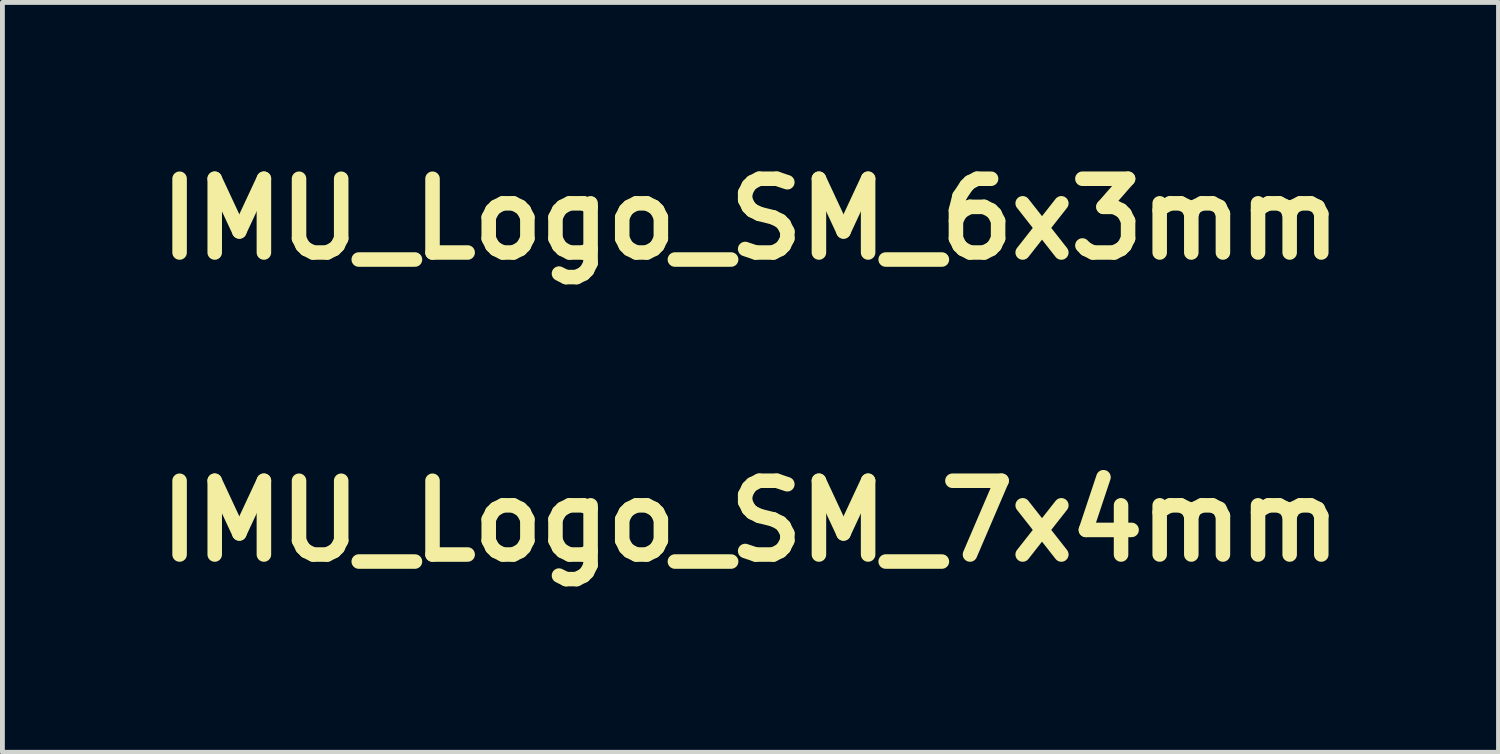
<source format=kicad_pcb>
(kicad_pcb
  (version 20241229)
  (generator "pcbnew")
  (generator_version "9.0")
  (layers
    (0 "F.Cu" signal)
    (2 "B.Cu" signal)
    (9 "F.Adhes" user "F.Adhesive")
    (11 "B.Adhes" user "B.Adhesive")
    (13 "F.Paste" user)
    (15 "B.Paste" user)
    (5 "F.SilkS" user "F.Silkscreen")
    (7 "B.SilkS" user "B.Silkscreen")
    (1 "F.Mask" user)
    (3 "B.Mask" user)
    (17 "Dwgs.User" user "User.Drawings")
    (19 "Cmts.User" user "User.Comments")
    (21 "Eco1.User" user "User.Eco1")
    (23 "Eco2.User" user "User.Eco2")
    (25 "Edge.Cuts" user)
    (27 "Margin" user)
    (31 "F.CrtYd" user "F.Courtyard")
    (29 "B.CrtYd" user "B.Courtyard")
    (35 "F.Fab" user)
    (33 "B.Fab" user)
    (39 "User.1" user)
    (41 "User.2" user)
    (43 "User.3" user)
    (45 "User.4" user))
  (footprint "IMU_Logo_SM_7x4mm"
    (layer "F.Cu")
    (at 12.453 7.716)
    (property "Reference" "IMU_Logo_SM_7x4mm" (at 0 0 0) (layer "F.SilkS") (effects (font (size 1.524 1.524) (thickness 0.3))))
    (attr through_hole)
    (fp_poly (pts (xy 2.811 0.593) (xy 1.744 0.593) (xy 0.677 0.593) (xy 0.677 0.675) (xy 0.664 0.792) (xy 0.627 0.901) (xy 0.576 0.984) (xy 0.547 1.022) (xy 0.546 1.024) (xy 0.546 0.593) (xy 0.254 0.593) (xy 0.254 0.089) (xy 0.251 0.064) (xy 0.243 0.011) (xy 0.232 -0.063) (xy 0.217 -0.155) (xy 0.199 -0.259) (xy 0.18 -0.37) (xy 0.161 -0.483) (xy 0.142 -0.593) (xy 0.124 -0.696) (xy 0.107 -0.785) (xy 0.094 -0.856) (xy 0.084 -0.905) (xy 0.079 -0.925) (xy 0.079 -0.925) (xy 0.072 -0.912) (xy 0.056 -0.87) (xy 0.032 -0.803) (xy 0.001 -0.715) (xy -0.036 -0.61) (xy -0.076 -0.491) (xy -0.104 -0.407) (xy -0.28 0.119) (xy -0.013 0.119) (xy 0.088 0.118) (xy 0.16 0.117) (xy 0.207 0.114) (xy 0.236 0.11) (xy 0.25 0.102) (xy 0.254 0.092) (xy 0.254 0.089) (xy 0.254 0.593) (xy -0.307 0.595) (xy -0.472 0.595) (xy -0.61 0.596) (xy -0.61 0.106) (xy -0.615 0.087) (xy -0.629 0.04) (xy -0.652 -0.031) (xy -0.682 -0.122) (xy -0.718 -0.23) (xy -0.757 -0.35) (xy -0.782 -0.423) (xy -0.83 -0.568) (xy -0.87 -0.683) (xy -0.901 -0.772) (xy -0.925 -0.835) (xy -0.942 -0.877) (xy -0.955 -0.899) (xy -0.963 -0.904) (xy -0.967 -0.897) (xy -0.974 -0.87) (xy -0.985 -0.814) (xy -1 -0.734) (xy -1.017 -0.635) (xy -1.037 -0.522) (xy -1.058 -0.4) (xy -1.059 -0.398) (xy -1.079 -0.276) (xy -1.099 -0.165) (xy -1.116 -0.068) (xy -1.13 0.01) (xy -1.14 0.063) (xy -1.145 0.089) (xy -1.145 0.089) (xy -1.146 0.1) (xy -1.138 0.108) (xy -1.117 0.113) (xy -1.077 0.116) (xy -1.015 0.118) (xy -0.926 0.119) (xy -0.882 0.119) (xy -0.79 0.118) (xy -0.711 0.116) (xy -0.652 0.113) (xy -0.617 0.109) (xy -0.61 0.106) (xy -0.61 0.596) (xy -0.626 0.596) (xy -0.765 0.597) (xy -0.887 0.598) (xy -0.988 0.599) (xy -1.065 0.601) (xy -1.115 0.602) (xy -1.135 0.603) (xy -1.135 0.604) (xy -1.084 0.618) (xy -1.01 0.638) (xy -0.916 0.664) (xy -0.805 0.693) (xy -0.683 0.726) (xy -0.553 0.761) (xy -0.42 0.796) (xy -0.286 0.832) (xy -0.158 0.866) (xy -0.038 0.897) (xy 0.07 0.925) (xy 0.16 0.949) (xy 0.229 0.966) (xy 0.274 0.977) (xy 0.289 0.981) (xy 0.318 0.974) (xy 0.364 0.956) (xy 0.389 0.944) (xy 0.461 0.89) (xy 0.51 0.812) (xy 0.536 0.71) (xy 0.539 0.683) (xy 0.546 0.593) (xy 0.546 1.024) (xy 0.532 1.045) (xy 0.531 1.05) (xy 0.55 1.054) (xy 0.598 1.066) (xy 0.671 1.085) (xy 0.767 1.11) (xy 0.882 1.141) (xy 1.012 1.175) (xy 1.155 1.213) (xy 1.307 1.254) (xy 1.463 1.296) (xy 1.622 1.338) (xy 1.78 1.38) (xy 1.933 1.421) (xy 2.078 1.46) (xy 2.211 1.496) (xy 2.329 1.528) (xy 2.43 1.555) (xy 2.508 1.577) (xy 2.561 1.592) (xy 2.586 1.599) (xy 2.588 1.6) (xy 2.59 1.62) (xy 2.586 1.656) (xy 2.577 1.694) (xy 2.566 1.721) (xy 2.56 1.725) (xy 2.543 1.721) (xy 2.495 1.708) (xy 2.417 1.687) (xy 2.313 1.66) (xy 2.184 1.626) (xy 2.032 1.585) (xy 1.859 1.539) (xy 1.667 1.488) (xy 1.458 1.432) (xy 1.233 1.372) (xy 0.995 1.309) (xy 0.745 1.242) (xy 0.487 1.173) (xy 0.432 1.158) (xy -1.685 0.593) (xy -2.29 0.593) (xy -2.896 0.593) (xy -2.896 0.356) (xy -2.896 0.119) (xy -2.481 0.119) (xy -2.066 0.119) (xy -2.062 -0.746) (xy -2.057 -1.611) (xy -1.892 -1.614) (xy -1.727 -1.617) (xy -1.727 -0.749) (xy -1.727 0.119) (xy -1.6 0.119) (xy -1.539 0.117) (xy -1.495 0.111) (xy -1.474 0.104) (xy -1.473 0.103) (xy -1.47 0.084) (xy -1.462 0.035) (xy -1.45 -0.039) (xy -1.434 -0.135) (xy -1.414 -0.249) (xy -1.393 -0.377) (xy -1.369 -0.514) (xy -1.344 -0.659) (xy -1.319 -0.805) (xy -1.294 -0.95) (xy -1.27 -1.089) (xy -1.247 -1.22) (xy -1.227 -1.337) (xy -1.209 -1.437) (xy -1.195 -1.516) (xy -1.186 -1.57) (xy -1.181 -1.596) (xy -1.18 -1.597) (xy -1.163 -1.604) (xy -1.119 -1.609) (xy -1.056 -1.613) (xy -1.011 -1.614) (xy -0.846 -1.617) (xy -0.648 -1.02) (xy -0.603 -0.885) (xy -0.561 -0.761) (xy -0.523 -0.651) (xy -0.491 -0.559) (xy -0.466 -0.488) (xy -0.449 -0.441) (xy -0.441 -0.424) (xy -0.44 -0.423) (xy -0.433 -0.439) (xy -0.416 -0.483) (xy -0.391 -0.552) (xy -0.359 -0.643) (xy -0.322 -0.751) (xy -0.279 -0.874) (xy -0.234 -1.008) (xy -0.231 -1.015) (xy -0.03 -1.606) (xy 0.131 -1.612) (xy 0.209 -1.613) (xy 0.266 -1.61) (xy 0.295 -1.603) (xy 0.298 -1.6) (xy 0.302 -1.581) (xy 0.311 -1.531) (xy 0.324 -1.454) (xy 0.341 -1.354) (xy 0.362 -1.234) (xy 0.385 -1.097) (xy 0.41 -0.946) (xy 0.438 -0.785) (xy 0.44 -0.77) (xy 0.467 -0.608) (xy 0.493 -0.454) (xy 0.517 -0.313) (xy 0.538 -0.189) (xy 0.556 -0.084) (xy 0.57 -0.002) (xy 0.58 0.054) (xy 0.585 0.08) (xy 0.585 0.08) (xy 0.589 0.095) (xy 0.598 0.105) (xy 0.617 0.112) (xy 0.65 0.116) (xy 0.704 0.118) (xy 0.783 0.118) (xy 0.855 0.119) (xy 1.116 0.119) (xy 1.033 0.041) (xy 0.99 -0.002) (xy 0.955 -0.045) (xy 0.925 -0.093) (xy 0.902 -0.148) (xy 0.883 -0.213) (xy 0.869 -0.293) (xy 0.86 -0.389) (xy 0.853 -0.506) (xy 0.85 -0.647) (xy 0.849 -0.815) (xy 0.85 -1.013) (xy 0.85 -1.038) (xy 0.855 -1.611) (xy 1.019 -1.614) (xy 1.184 -1.617) (xy 1.189 -0.956) (xy 1.19 -0.788) (xy 1.192 -0.65) (xy 1.193 -0.539) (xy 1.195 -0.452) (xy 1.198 -0.386) (xy 1.202 -0.337) (xy 1.206 -0.301) (xy 1.211 -0.277) (xy 1.218 -0.259) (xy 1.224 -0.248) (xy 1.284 -0.185) (xy 1.362 -0.148) (xy 1.449 -0.137) (xy 1.539 -0.154) (xy 1.575 -0.169) (xy 1.606 -0.185) (xy 1.631 -0.202) (xy 1.651 -0.221) (xy 1.667 -0.247) (xy 1.679 -0.283) (xy 1.689 -0.332) (xy 1.695 -0.397) (xy 1.7 -0.482) (xy 1.703 -0.59) (xy 1.705 -0.723) (xy 1.706 -0.886) (xy 1.707 -0.965) (xy 1.712 -1.617) (xy 1.876 -1.614) (xy 2.04 -1.611) (xy 2.04 -0.937) (xy 2.04 -0.753) (xy 2.04 -0.599) (xy 2.038 -0.472) (xy 2.034 -0.368) (xy 2.029 -0.285) (xy 2.02 -0.218) (xy 2.008 -0.165) (xy 1.991 -0.121) (xy 1.971 -0.084) (xy 1.945 -0.049) (xy 1.913 -0.014) (xy 1.881 0.02) (xy 1.785 0.119) (xy 2.298 0.119) (xy 2.811 0.119) (xy 2.811 0.356) (xy 2.811 0.593)) (stroke (width 0.1) (type solid)) (fill yes) (layer "F.Mask")))
  (footprint "IMU_Logo_SM_6x3mm"
    (layer "F.Cu")
    (at 12.453 1.477)
    (property "Reference" "IMU_Logo_SM_6x3mm" (at 0 0 0) (layer "F.SilkS") (effects (font (size 1.524 1.524) (thickness 0.3))))
    (attr through_hole)
    (fp_poly (pts (xy 2.48 0.523) (xy 1.539 0.523) (xy 0.598 0.523) (xy 0.598 0.595) (xy 0.586 0.699) (xy 0.553 0.795) (xy 0.508 0.869) (xy 0.483 0.902) (xy 0.482 0.903) (xy 0.482 0.523) (xy 0.224 0.524) (xy 0.224 0.078) (xy 0.222 0.056) (xy 0.215 0.01) (xy 0.204 -0.056) (xy 0.191 -0.137) (xy 0.176 -0.228) (xy 0.159 -0.326) (xy 0.142 -0.426) (xy 0.125 -0.523) (xy 0.109 -0.614) (xy 0.095 -0.693) (xy 0.083 -0.756) (xy 0.075 -0.798) (xy 0.07 -0.816) (xy 0.07 -0.817) (xy 0.064 -0.805) (xy 0.049 -0.768) (xy 0.028 -0.709) (xy 0.001 -0.631) (xy -0.032 -0.538) (xy -0.067 -0.433) (xy -0.092 -0.359) (xy -0.247 0.105) (xy -0.012 0.105) (xy 0.077 0.104) (xy 0.141 0.103) (xy 0.183 0.101) (xy 0.208 0.097) (xy 0.22 0.09) (xy 0.224 0.081) (xy 0.224 0.078) (xy 0.224 0.524) (xy -0.271 0.525) (xy -0.417 0.525) (xy -0.538 0.526) (xy -0.538 0.093) (xy -0.542 0.077) (xy -0.555 0.036) (xy -0.576 -0.027) (xy -0.602 -0.108) (xy -0.633 -0.203) (xy -0.668 -0.309) (xy -0.69 -0.374) (xy -0.733 -0.501) (xy -0.767 -0.603) (xy -0.795 -0.681) (xy -0.816 -0.737) (xy -0.831 -0.773) (xy -0.842 -0.793) (xy -0.85 -0.798) (xy -0.854 -0.792) (xy -0.859 -0.768) (xy -0.869 -0.718) (xy -0.882 -0.648) (xy -0.898 -0.56) (xy -0.915 -0.461) (xy -0.934 -0.353) (xy -0.934 -0.351) (xy -0.952 -0.244) (xy -0.969 -0.145) (xy -0.984 -0.06) (xy -0.997 0.009) (xy -1.006 0.056) (xy -1.01 0.078) (xy -1.01 0.078) (xy -1.011 0.088) (xy -1.004 0.095) (xy -0.985 0.1) (xy -0.951 0.103) (xy -0.896 0.104) (xy -0.817 0.105) (xy -0.778 0.105) (xy -0.697 0.104) (xy -0.628 0.102) (xy -0.575 0.099) (xy -0.544 0.096) (xy -0.538 0.093) (xy -0.538 0.526) (xy -0.552 0.526) (xy -0.675 0.527) (xy -0.782 0.528) (xy -0.871 0.529) (xy -0.939 0.53) (xy -0.983 0.531) (xy -1.001 0.532) (xy -1.001 0.533) (xy -0.957 0.545) (xy -0.891 0.563) (xy -0.808 0.586) (xy -0.711 0.612) (xy -0.603 0.641) (xy -0.488 0.671) (xy -0.37 0.703) (xy -0.253 0.734) (xy -0.139 0.764) (xy -0.033 0.792) (xy 0.061 0.816) (xy 0.141 0.837) (xy 0.202 0.853) (xy 0.241 0.862) (xy 0.255 0.865) (xy 0.281 0.86) (xy 0.321 0.844) (xy 0.343 0.833) (xy 0.407 0.785) (xy 0.45 0.717) (xy 0.473 0.627) (xy 0.475 0.603) (xy 0.482 0.523) (xy 0.482 0.903) (xy 0.469 0.922) (xy 0.469 0.926) (xy 0.485 0.93) (xy 0.527 0.941) (xy 0.592 0.958) (xy 0.677 0.98) (xy 0.778 1.007) (xy 0.893 1.037) (xy 1.019 1.071) (xy 1.153 1.106) (xy 1.291 1.143) (xy 1.432 1.181) (xy 1.571 1.218) (xy 1.706 1.254) (xy 1.833 1.288) (xy 1.951 1.32) (xy 2.055 1.348) (xy 2.144 1.372) (xy 2.213 1.391) (xy 2.26 1.405) (xy 2.282 1.411) (xy 2.283 1.412) (xy 2.286 1.429) (xy 2.281 1.461) (xy 2.273 1.495) (xy 2.264 1.518) (xy 2.259 1.522) (xy 2.244 1.518) (xy 2.201 1.507) (xy 2.133 1.489) (xy 2.041 1.465) (xy 1.927 1.434) (xy 1.793 1.399) (xy 1.64 1.358) (xy 1.471 1.313) (xy 1.286 1.263) (xy 1.088 1.211) (xy 0.878 1.155) (xy 0.658 1.096) (xy 0.429 1.035) (xy 0.381 1.022) (xy -1.487 0.524) (xy -2.021 0.523) (xy -2.555 0.523) (xy -2.555 0.314) (xy -2.555 0.105) (xy -2.189 0.105) (xy -1.823 0.105) (xy -1.819 -0.659) (xy -1.815 -1.422) (xy -1.67 -1.424) (xy -1.524 -1.427) (xy -1.524 -0.661) (xy -1.524 0.105) (xy -1.412 0.105) (xy -1.358 0.103) (xy -1.319 0.098) (xy -1.3 0.092) (xy -1.3 0.091) (xy -1.297 0.074) (xy -1.29 0.031) (xy -1.279 -0.035) (xy -1.265 -0.119) (xy -1.248 -0.22) (xy -1.229 -0.332) (xy -1.208 -0.454) (xy -1.186 -0.581) (xy -1.164 -0.71) (xy -1.142 -0.838) (xy -1.12 -0.961) (xy -1.101 -1.076) (xy -1.083 -1.179) (xy -1.067 -1.268) (xy -1.055 -1.338) (xy -1.046 -1.386) (xy -1.042 -1.408) (xy -1.041 -1.409) (xy -1.026 -1.415) (xy -0.987 -1.42) (xy -0.932 -1.423) (xy -0.892 -1.424) (xy -0.747 -1.427) (xy -0.572 -0.9) (xy -0.532 -0.781) (xy -0.495 -0.671) (xy -0.461 -0.574) (xy -0.433 -0.493) (xy -0.411 -0.43) (xy -0.396 -0.389) (xy -0.389 -0.374) (xy -0.389 -0.374) (xy -0.382 -0.387) (xy -0.367 -0.426) (xy -0.345 -0.487) (xy -0.317 -0.567) (xy -0.284 -0.663) (xy -0.246 -0.771) (xy -0.206 -0.889) (xy -0.204 -0.896) (xy -0.027 -1.417) (xy 0.116 -1.422) (xy 0.185 -1.423) (xy 0.234 -1.42) (xy 0.26 -1.415) (xy 0.263 -1.412) (xy 0.266 -1.395) (xy 0.274 -1.351) (xy 0.286 -1.283) (xy 0.301 -1.195) (xy 0.319 -1.089) (xy 0.34 -0.968) (xy 0.362 -0.835) (xy 0.386 -0.692) (xy 0.388 -0.68) (xy 0.412 -0.536) (xy 0.435 -0.401) (xy 0.456 -0.277) (xy 0.475 -0.167) (xy 0.491 -0.074) (xy 0.503 -0.002) (xy 0.512 0.048) (xy 0.516 0.07) (xy 0.516 0.071) (xy 0.52 0.084) (xy 0.528 0.093) (xy 0.544 0.099) (xy 0.574 0.102) (xy 0.621 0.104) (xy 0.69 0.105) (xy 0.754 0.105) (xy 0.985 0.105) (xy 0.911 0.036) (xy 0.874 -0.002) (xy 0.842 -0.04) (xy 0.817 -0.082) (xy 0.796 -0.13) (xy 0.779 -0.188) (xy 0.767 -0.258) (xy 0.759 -0.343) (xy 0.753 -0.447) (xy 0.75 -0.571) (xy 0.749 -0.719) (xy 0.75 -0.894) (xy 0.75 -0.916) (xy 0.755 -1.422) (xy 0.899 -1.424) (xy 1.044 -1.427) (xy 1.049 -0.843) (xy 1.05 -0.695) (xy 1.051 -0.573) (xy 1.053 -0.476) (xy 1.055 -0.399) (xy 1.057 -0.34) (xy 1.06 -0.297) (xy 1.064 -0.266) (xy 1.069 -0.244) (xy 1.075 -0.229) (xy 1.08 -0.219) (xy 1.133 -0.164) (xy 1.202 -0.13) (xy 1.279 -0.121) (xy 1.358 -0.136) (xy 1.39 -0.15) (xy 1.417 -0.164) (xy 1.439 -0.178) (xy 1.457 -0.195) (xy 1.471 -0.218) (xy 1.482 -0.25) (xy 1.49 -0.293) (xy 1.496 -0.351) (xy 1.5 -0.425) (xy 1.502 -0.52) (xy 1.504 -0.638) (xy 1.506 -0.782) (xy 1.506 -0.852) (xy 1.511 -1.427) (xy 1.656 -1.424) (xy 1.8 -1.422) (xy 1.8 -0.827) (xy 1.8 -0.664) (xy 1.8 -0.528) (xy 1.798 -0.416) (xy 1.795 -0.325) (xy 1.79 -0.252) (xy 1.782 -0.193) (xy 1.771 -0.146) (xy 1.757 -0.107) (xy 1.739 -0.074) (xy 1.716 -0.043) (xy 1.688 -0.012) (xy 1.659 0.018) (xy 1.575 0.105) (xy 2.028 0.105) (xy 2.48 0.105) (xy 2.48 0.314) (xy 2.48 0.523)) (stroke (width 0.1) (type solid)) (fill yes) (layer "F.Mask")))
  (gr_rect
    (start -3 -3)
    (end 27.907 12.491)
    (stroke (width 0.1) (type default))
    (fill no)
    (layer "Edge.Cuts")))
</source>
